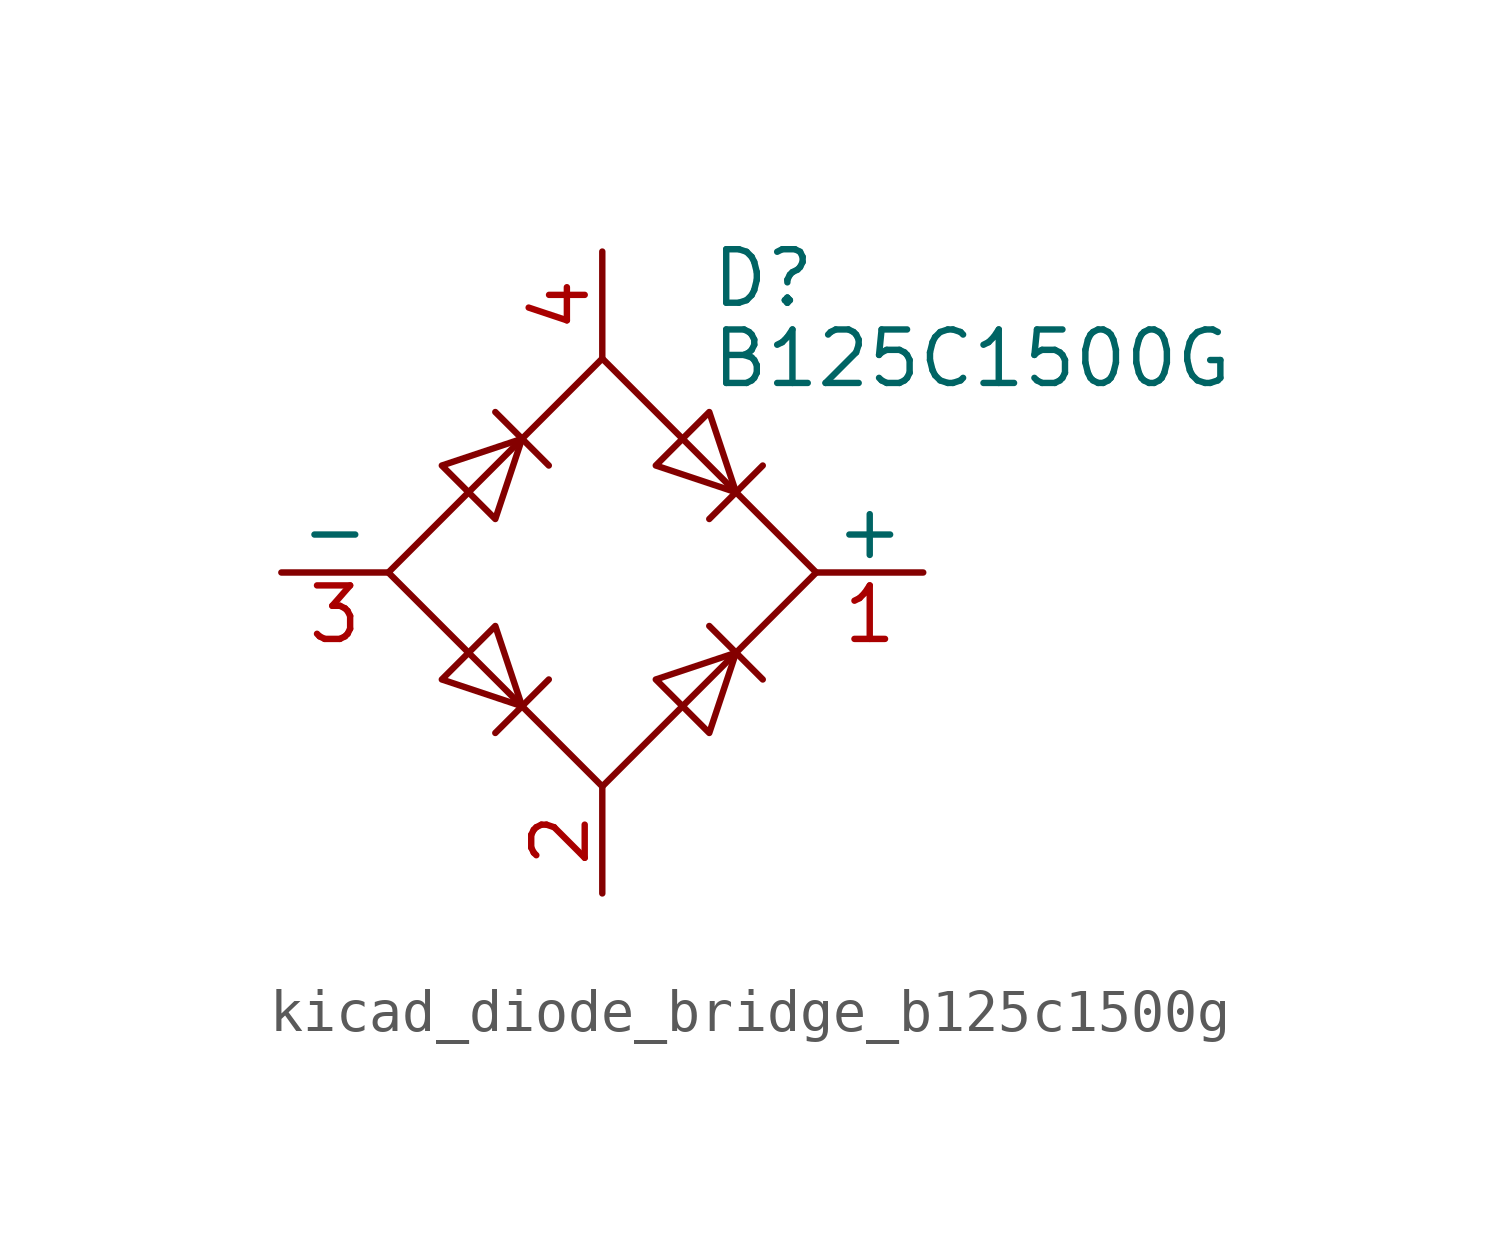
<source format=kicad_sym>
(kicad_symbol_lib
  (version 20220914)
  (generator kicad_symbol_editor)
  (symbol "kicad_diode_bridge_b125c1500g"
    (pin_names
      (offset 0))
    (property "Reference" "D"
      (at 2.54 6.985 0)
      (effects (font (size 1.27 1.27)) (justify left)))
    (property "Value" "B125C1500G"
      (at 2.54 5.08 0)
      (effects (font (size 1.27 1.27)) (justify left)))
    (symbol "kicad_diode_bridge_b125c1500g_0_1"
      (polyline (pts (xy -2.54 3.81) (xy -1.27 2.54)) (stroke (width 0) (type default)) (fill (type none)))
      (polyline (pts (xy -1.27 -2.54) (xy -2.54 -3.81)) (stroke (width 0) (type default)) (fill (type none)))
      (polyline (pts (xy 2.54 -1.27) (xy 3.81 -2.54)) (stroke (width 0) (type default)) (fill (type none)))
      (polyline (pts (xy 2.54 1.27) (xy 3.81 2.54)) (stroke (width 0) (type default)) (fill (type none)))
      (polyline (pts (xy -3.81 2.54) (xy -2.54 1.27) (xy -1.905 3.175) (xy -3.81 2.54)) (stroke (width 0) (type default)) (fill (type none)))
      (polyline (pts (xy -2.54 -1.27) (xy -3.81 -2.54) (xy -1.905 -3.175) (xy -2.54 -1.27)) (stroke (width 0) (type default)) (fill (type none)))
      (polyline (pts (xy 1.27 2.54) (xy 2.54 3.81) (xy 3.175 1.905) (xy 1.27 2.54)) (stroke (width 0) (type default)) (fill (type none)))
      (polyline (pts (xy 3.175 -1.905) (xy 1.27 -2.54) (xy 2.54 -3.81) (xy 3.175 -1.905)) (stroke (width 0) (type default)) (fill (type none)))
      (polyline (pts (xy -5.08 0) (xy 0 -5.08) (xy 5.08 0) (xy 0 5.08) (xy -5.08 0)) (stroke (width 0) (type default)) (fill (type none))))
    (symbol "kicad_diode_bridge_b125c1500g_1_1"
      (pin passive line (at 7.62 0 180) (length 2.54) (name "+" (effects (font (size 1.27 1.27)))) (number "1" (effects (font (size 1.27 1.27)))))
      (pin passive line (at 0 -7.62 90) (length 2.54) (name "~" (effects (font (size 1.27 1.27)))) (number "2" (effects (font (size 1.27 1.27)))))
      (pin passive line (at -7.62 0 0) (length 2.54) (name "-" (effects (font (size 1.27 1.27)))) (number "3" (effects (font (size 1.27 1.27)))))
      (pin passive line (at 0 7.62 270) (length 2.54) (name "~" (effects (font (size 1.27 1.27)))) (number "4" (effects (font (size 1.27 1.27))))))))
</source>
